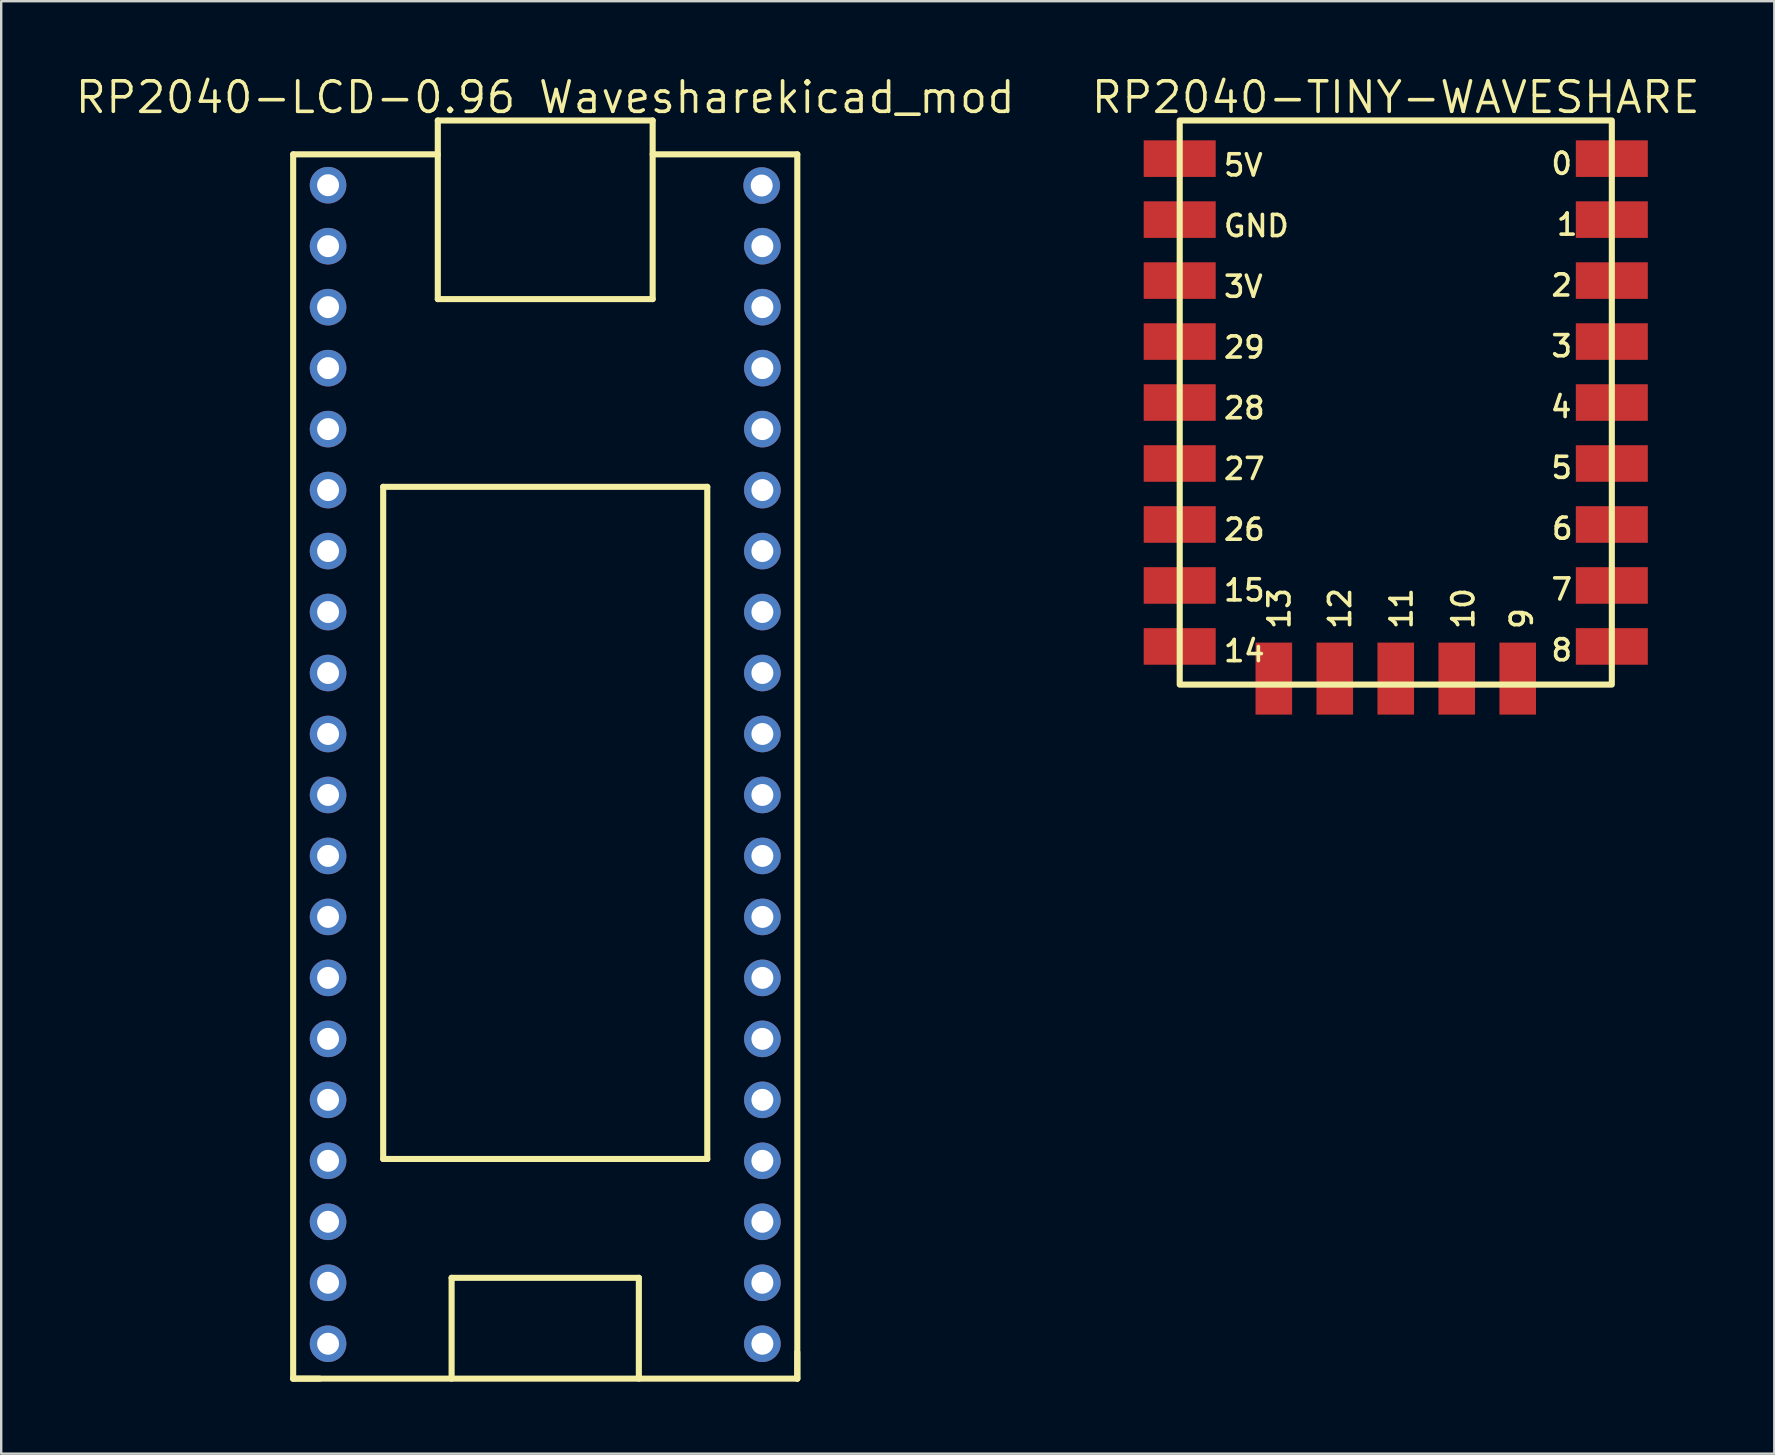
<source format=kicad_pcb>
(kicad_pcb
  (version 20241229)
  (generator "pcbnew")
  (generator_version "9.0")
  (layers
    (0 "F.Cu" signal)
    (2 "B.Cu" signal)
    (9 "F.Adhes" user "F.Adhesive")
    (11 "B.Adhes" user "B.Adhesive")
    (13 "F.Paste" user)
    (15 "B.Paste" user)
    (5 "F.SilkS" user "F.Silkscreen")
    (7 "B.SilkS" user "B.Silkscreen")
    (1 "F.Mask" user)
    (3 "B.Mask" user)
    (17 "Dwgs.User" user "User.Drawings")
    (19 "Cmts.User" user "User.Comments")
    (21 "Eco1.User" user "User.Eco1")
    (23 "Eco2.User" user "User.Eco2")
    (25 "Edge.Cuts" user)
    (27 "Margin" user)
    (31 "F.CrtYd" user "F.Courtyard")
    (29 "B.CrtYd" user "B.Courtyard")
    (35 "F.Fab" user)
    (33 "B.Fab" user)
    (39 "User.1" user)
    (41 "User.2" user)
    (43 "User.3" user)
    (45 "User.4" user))
  (footprint "RP2040-LCD-0.96 Wavesharekicad_mod"
    (layer "F.Cu")
    (at 19.662 28.795)
    (property "Reference" "RP2040-LCD-0.96 Wavesharekicad_mod" (at 0 -27.788 0) (layer "F.SilkS") (effects (font (size 1.27 1.27) (thickness 0.15))))
    (fp_line (start -10.5 -25.416) (end -10.5 25.584) (stroke (width 0.254) (type default)) (layer "F.SilkS"))
    (fp_line (start -10.5 25.584) (end -9.4 25.584) (stroke (width 0.254) (type default)) (layer "F.SilkS"))
    (fp_line (start -10.5 25.584) (end 10.5 25.584) (stroke (width 0.254) (type default)) (layer "F.SilkS"))
    (fp_line (start -6.75 -11.566) (end -6.75 16.433) (stroke (width 0.254) (type default)) (layer "F.SilkS"))
    (fp_line (start -6.75 16.433) (end 6.75 16.433) (stroke (width 0.254) (type default)) (layer "F.SilkS"))
    (fp_line (start -4.475 -26.826) (end 4.475 -26.826) (stroke (width 0.254) (type default)) (layer "F.SilkS"))
    (fp_line (start -4.475 -25.416) (end -10.5 -25.416) (stroke (width 0.254) (type default)) (layer "F.SilkS"))
    (fp_line (start -4.475 -19.386) (end -4.475 -26.826) (stroke (width 0.254) (type default)) (layer "F.SilkS"))
    (fp_line (start -3.9 21.384) (end 3.9 21.384) (stroke (width 0.254) (type default)) (layer "F.SilkS"))
    (fp_line (start -3.9 25.584) (end -3.9 21.384) (stroke (width 0.254) (type default)) (layer "F.SilkS"))
    (fp_line (start 3.9 21.384) (end 3.9 25.584) (stroke (width 0.254) (type default)) (layer "F.SilkS"))
    (fp_line (start 4.475 -26.826) (end 4.475 -19.386) (stroke (width 0.254) (type default)) (layer "F.SilkS"))
    (fp_line (start 4.475 -19.386) (end -4.475 -19.386) (stroke (width 0.254) (type default)) (layer "F.SilkS"))
    (fp_line (start 6.75 -11.566) (end -6.75 -11.566) (stroke (width 0.254) (type default)) (layer "F.SilkS"))
    (fp_line (start 6.75 16.433) (end 6.75 -11.566) (stroke (width 0.254) (type default)) (layer "F.SilkS"))
    (fp_line (start 10.5 -25.416) (end 4.475 -25.416) (stroke (width 0.254) (type default)) (layer "F.SilkS"))
    (fp_line (start 10.5 25.584) (end 10.5 -25.416) (stroke (width 0.254) (type default)) (layer "F.SilkS"))
    (fp_line (start 10.5 25.584) (end 10.5 24.483) (stroke (width 0.254) (type default)) (layer "F.SilkS"))
    (pad "1" thru_hole oval (at -9.046 -24.13) (size 1.524 1.524) (drill 0.914) (layers "*.Cu" "*.Mask"))
    (pad "2" thru_hole oval (at -9.046 -21.59) (size 1.524 1.524) (drill 0.914) (layers "*.Cu" "*.Mask"))
    (pad "3" thru_hole oval (at -9.046 -19.05) (size 1.524 1.524) (drill 0.914) (layers "*.Cu" "*.Mask"))
    (pad "4" thru_hole oval (at -9.046 -16.51) (size 1.524 1.524) (drill 0.914) (layers "*.Cu" "*.Mask"))
    (pad "5" thru_hole oval (at -9.046 -13.97) (size 1.524 1.524) (drill 0.914) (layers "*.Cu" "*.Mask"))
    (pad "6" thru_hole oval (at -9.046 -11.43) (size 1.524 1.524) (drill 0.914) (layers "*.Cu" "*.Mask"))
    (pad "7" thru_hole oval (at -9.046 -8.89) (size 1.524 1.524) (drill 0.914) (layers "*.Cu" "*.Mask"))
    (pad "8" thru_hole oval (at -9.046 -6.35) (size 1.524 1.524) (drill 0.914) (layers "*.Cu" "*.Mask"))
    (pad "9" thru_hole oval (at -9.046 -3.81) (size 1.524 1.524) (drill 0.914) (layers "*.Cu" "*.Mask"))
    (pad "10" thru_hole oval (at -9.046 -1.27) (size 1.524 1.524) (drill 0.914) (layers "*.Cu" "*.Mask"))
    (pad "11" thru_hole oval (at -9.046 1.27) (size 1.524 1.524) (drill 0.914) (layers "*.Cu" "*.Mask"))
    (pad "12" thru_hole oval (at -9.046 3.81) (size 1.524 1.524) (drill 0.914) (layers "*.Cu" "*.Mask"))
    (pad "13" thru_hole oval (at -9.046 6.35) (size 1.524 1.524) (drill 0.914) (layers "*.Cu" "*.Mask"))
    (pad "14" thru_hole oval (at -9.046 8.89) (size 1.524 1.524) (drill 0.914) (layers "*.Cu" "*.Mask"))
    (pad "15" thru_hole oval (at -9.046 11.43) (size 1.524 1.524) (drill 0.914) (layers "*.Cu" "*.Mask"))
    (pad "16" thru_hole oval (at -9.046 13.97) (size 1.524 1.524) (drill 0.914) (layers "*.Cu" "*.Mask"))
    (pad "17" thru_hole oval (at -9.046 16.51) (size 1.524 1.524) (drill 0.914) (layers "*.Cu" "*.Mask"))
    (pad "18" thru_hole oval (at -9.046 19.05) (size 1.524 1.524) (drill 0.914) (layers "*.Cu" "*.Mask"))
    (pad "19" thru_hole oval (at -9.046 21.59) (size 1.524 1.524) (drill 0.914) (layers "*.Cu" "*.Mask"))
    (pad "20" thru_hole oval (at -9.046 24.13) (size 1.524 1.524) (drill 0.914) (layers "*.Cu" "*.Mask"))
    (pad "21" thru_hole oval (at 9.046 24.13) (size 1.524 1.524) (drill 0.914) (layers "*.Cu" "*.Mask"))
    (pad "22" thru_hole oval (at 9.046 21.59) (size 1.524 1.524) (drill 0.914) (layers "*.Cu" "*.Mask"))
    (pad "23" thru_hole oval (at 9.046 19.05) (size 1.524 1.524) (drill 0.914) (layers "*.Cu" "*.Mask"))
    (pad "24" thru_hole oval (at 9.046 16.51) (size 1.524 1.524) (drill 0.914) (layers "*.Cu" "*.Mask"))
    (pad "25" thru_hole oval (at 9.046 13.97) (size 1.524 1.524) (drill 0.914) (layers "*.Cu" "*.Mask"))
    (pad "26" thru_hole oval (at 9.046 11.43) (size 1.524 1.524) (drill 0.914) (layers "*.Cu" "*.Mask"))
    (pad "27" thru_hole oval (at 9.046 8.89) (size 1.524 1.524) (drill 0.914) (layers "*.Cu" "*.Mask"))
    (pad "28" thru_hole oval (at 9.046 6.35) (size 1.524 1.524) (drill 0.914) (layers "*.Cu" "*.Mask"))
    (pad "29" thru_hole oval (at 9.046 3.81) (size 1.524 1.524) (drill 0.914) (layers "*.Cu" "*.Mask"))
    (pad "30" thru_hole oval (at 9.046 1.27) (size 1.524 1.524) (drill 0.914) (layers "*.Cu" "*.Mask"))
    (pad "31" thru_hole oval (at 9.046 -1.27) (size 1.524 1.524) (drill 0.914) (layers "*.Cu" "*.Mask"))
    (pad "32" thru_hole oval (at 9.046 -3.81) (size 1.524 1.524) (drill 0.914) (layers "*.Cu" "*.Mask"))
    (pad "33" thru_hole oval (at 9.046 -6.35) (size 1.524 1.524) (drill 0.914) (layers "*.Cu" "*.Mask"))
    (pad "34" thru_hole oval (at 9.046 -8.89) (size 1.524 1.524) (drill 0.914) (layers "*.Cu" "*.Mask"))
    (pad "35" thru_hole oval (at 9.046 -11.43) (size 1.524 1.524) (drill 0.914) (layers "*.Cu" "*.Mask"))
    (pad "36" thru_hole oval (at 9.046 -13.97) (size 1.524 1.524) (drill 0.914) (layers "*.Cu" "*.Mask"))
    (pad "37" thru_hole oval (at 9.046 -16.51) (size 1.524 1.524) (drill 0.914) (layers "*.Cu" "*.Mask"))
    (pad "38" thru_hole oval (at 9.046 -19.05) (size 1.524 1.524) (drill 0.914) (layers "*.Cu" "*.Mask"))
    (pad "39" thru_hole oval (at 9.046 -21.59) (size 1.524 1.524) (drill 0.914) (layers "*.Cu" "*.Mask"))
    (pad "40" thru_hole oval (at 9.017 -24.116) (size 1.524 1.524) (drill 0.914) (layers "*.Cu" "*.Mask")))
  (footprint "RP2040-TINY-WAVESHARE"
    (layer "F.Cu")
    (at 55.092 13.718)
    (property "Reference" "RP2040-TINY-WAVESHARE" (at 0 -12.712 0) (layer "F.SilkS") (effects (font (size 1.27 1.27) (thickness 0.15))))
    (fp_rect (start -9 -11.75) (end 9 11.75) (stroke (width 0.254) (type default)) (fill no) (layer "F.SilkS"))
    (fp_text user "1" (at 6.62 -7.93 0) (unlocked yes) (layer "F.SilkS") (effects (font (size 0.88 0.88) (thickness 0.15)) (justify left top)))
    (fp_text user "4" (at 6.37 -0.33 0) (unlocked yes) (layer "F.SilkS") (effects (font (size 0.88 0.88) (thickness 0.15)) (justify left top)))
    (fp_text user "11" (at -0.277 9.518 90) (unlocked yes) (layer "F.SilkS") (effects (font (size 0.88 0.88) (thickness 0.15)) (justify left top)))
    (fp_text user "9" (at 4.732 9.518 90) (unlocked yes) (layer "F.SilkS") (effects (font (size 0.88 0.88) (thickness 0.15)) (justify left top)))
    (fp_text user "6" (at 6.419 4.736 0) (unlocked yes) (layer "F.SilkS") (effects (font (size 0.88 0.88) (thickness 0.15)) (justify left top)))
    (fp_text user "5V" (at -7.246 -10.399 0) (unlocked yes) (layer "F.SilkS") (effects (font (size 0.88 0.88) (thickness 0.15)) (justify left top)))
    (fp_text user "8" (at 6.395 9.801 0) (unlocked yes) (layer "F.SilkS") (effects (font (size 0.88 0.88) (thickness 0.15)) (justify left top)))
    (fp_text user "5" (at 6.395 2.203 0) (unlocked yes) (layer "F.SilkS") (effects (font (size 0.88 0.88) (thickness 0.15)) (justify left top)))
    (fp_text user "29" (at -7.246 -2.811 0) (unlocked yes) (layer "F.SilkS") (effects (font (size 0.88 0.88) (thickness 0.15)) (justify left top)))
    (fp_text user "2" (at 6.395 -5.396 0) (unlocked yes) (layer "F.SilkS") (effects (font (size 0.88 0.88) (thickness 0.15)) (justify left top)))
    (fp_text user "10" (at 2.295 9.519 90) (unlocked yes) (layer "F.SilkS") (effects (font (size 0.88 0.88) (thickness 0.15)) (justify left top)))
    (fp_text user "27" (at -7.246 2.248 0) (unlocked yes) (layer "F.SilkS") (effects (font (size 0.88 0.88) (thickness 0.15)) (justify left top)))
    (fp_text user "15" (at -7.248 7.307 0) (unlocked yes) (layer "F.SilkS") (effects (font (size 0.88 0.88) (thickness 0.15)) (justify left top)))
    (fp_text user "13" (at -5.364 9.518 90) (unlocked yes) (layer "F.SilkS") (effects (font (size 0.88 0.88) (thickness 0.15)) (justify left top)))
    (fp_text user "12" (at -2.838 9.519 90) (unlocked yes) (layer "F.SilkS") (effects (font (size 0.88 0.88) (thickness 0.15)) (justify left top)))
    (fp_text user "26" (at -7.246 4.778 0) (unlocked yes) (layer "F.SilkS") (effects (font (size 0.88 0.88) (thickness 0.15)) (justify left top)))
    (fp_text user "3" (at 6.395 -2.864 0) (unlocked yes) (layer "F.SilkS") (effects (font (size 0.88 0.88) (thickness 0.15)) (justify left top)))
    (fp_text user "3V" (at -7.246 -5.34 0) (unlocked yes) (layer "F.SilkS") (effects (font (size 0.88 0.88) (thickness 0.15)) (justify left top)))
    (fp_text user "GND" (at -7.246 -7.87 0) (unlocked yes) (layer "F.SilkS") (effects (font (size 0.88 0.88) (thickness 0.15)) (justify left top)))
    (fp_text user "14" (at -7.247 9.836 0) (unlocked yes) (layer "F.SilkS") (effects (font (size 0.88 0.88) (thickness 0.15)) (justify left top)))
    (fp_text user "7" (at 6.396 7.269 0) (unlocked yes) (layer "F.SilkS") (effects (font (size 0.88 0.88) (thickness 0.15)) (justify left top)))
    (fp_text user "28" (at -7.246 -0.281 0) (unlocked yes) (layer "F.SilkS") (effects (font (size 0.88 0.88) (thickness 0.15)) (justify left top)))
    (fp_text user "0" (at 6.395 -10.463 0) (unlocked yes) (layer "F.SilkS") (effects (font (size 0.88 0.88) (thickness 0.15)) (justify left top)))
    (pad "1" smd rect (at 9 -10.16) (size 3 1.524) (layers "F.Cu" "F.Mask" "F.Paste"))
    (pad "2" smd rect (at 9 -7.62) (size 3 1.524) (layers "F.Cu" "F.Mask" "F.Paste"))
    (pad "3" smd rect (at 9 -5.08) (size 3 1.524) (layers "F.Cu" "F.Mask" "F.Paste"))
    (pad "4" smd rect (at 9 -2.54) (size 3 1.524) (layers "F.Cu" "F.Mask" "F.Paste"))
    (pad "5" smd rect (at 9 0) (size 3 1.524) (layers "F.Cu" "F.Mask" "F.Paste"))
    (pad "6" smd rect (at 9 2.54) (size 3 1.524) (layers "F.Cu" "F.Mask" "F.Paste"))
    (pad "7" smd rect (at 9 5.08) (size 3 1.524) (layers "F.Cu" "F.Mask" "F.Paste"))
    (pad "8" smd rect (at 9 7.62) (size 3 1.524) (layers "F.Cu" "F.Mask" "F.Paste"))
    (pad "9" smd rect (at 9 10.16) (size 3 1.524) (layers "F.Cu" "F.Mask" "F.Paste"))
    (pad "10" smd rect (at 5.08 11.5) (size 1.524 3) (layers "F.Cu" "F.Mask" "F.Paste"))
    (pad "11" smd rect (at 2.54 11.5) (size 1.524 3) (layers "F.Cu" "F.Mask" "F.Paste"))
    (pad "12" smd rect (at 0 11.5) (size 1.524 3) (layers "F.Cu" "F.Mask" "F.Paste"))
    (pad "13" smd rect (at -2.54 11.5) (size 1.524 3) (layers "F.Cu" "F.Mask" "F.Paste"))
    (pad "14" smd rect (at -5.08 11.5) (size 1.524 3) (layers "F.Cu" "F.Mask" "F.Paste"))
    (pad "15" smd rect (at -9 10.16) (size 3 1.524) (layers "F.Cu" "F.Mask" "F.Paste"))
    (pad "16" smd rect (at -9 7.62) (size 3 1.524) (layers "F.Cu" "F.Mask" "F.Paste"))
    (pad "17" smd rect (at -9 5.08) (size 3 1.524) (layers "F.Cu" "F.Mask" "F.Paste"))
    (pad "18" smd rect (at -9 2.54) (size 3 1.524) (layers "F.Cu" "F.Mask" "F.Paste"))
    (pad "19" smd rect (at -9 0) (size 3 1.524) (layers "F.Cu" "F.Mask" "F.Paste"))
    (pad "20" smd rect (at -9 -2.54) (size 3 1.524) (layers "F.Cu" "F.Mask" "F.Paste"))
    (pad "21" smd rect (at -9 -5.08) (size 3 1.524) (layers "F.Cu" "F.Mask" "F.Paste"))
    (pad "22" smd rect (at -9 -7.62) (size 3 1.524) (layers "F.Cu" "F.Mask" "F.Paste"))
    (pad "23" smd rect (at -9 -10.16) (size 3 1.524) (layers "F.Cu" "F.Mask" "F.Paste")))
  (gr_rect
    (start -3 -3)
    (end 70.86 57.505)
    (stroke (width 0.1) (type default))
    (fill no)
    (layer "Edge.Cuts")))
</source>
